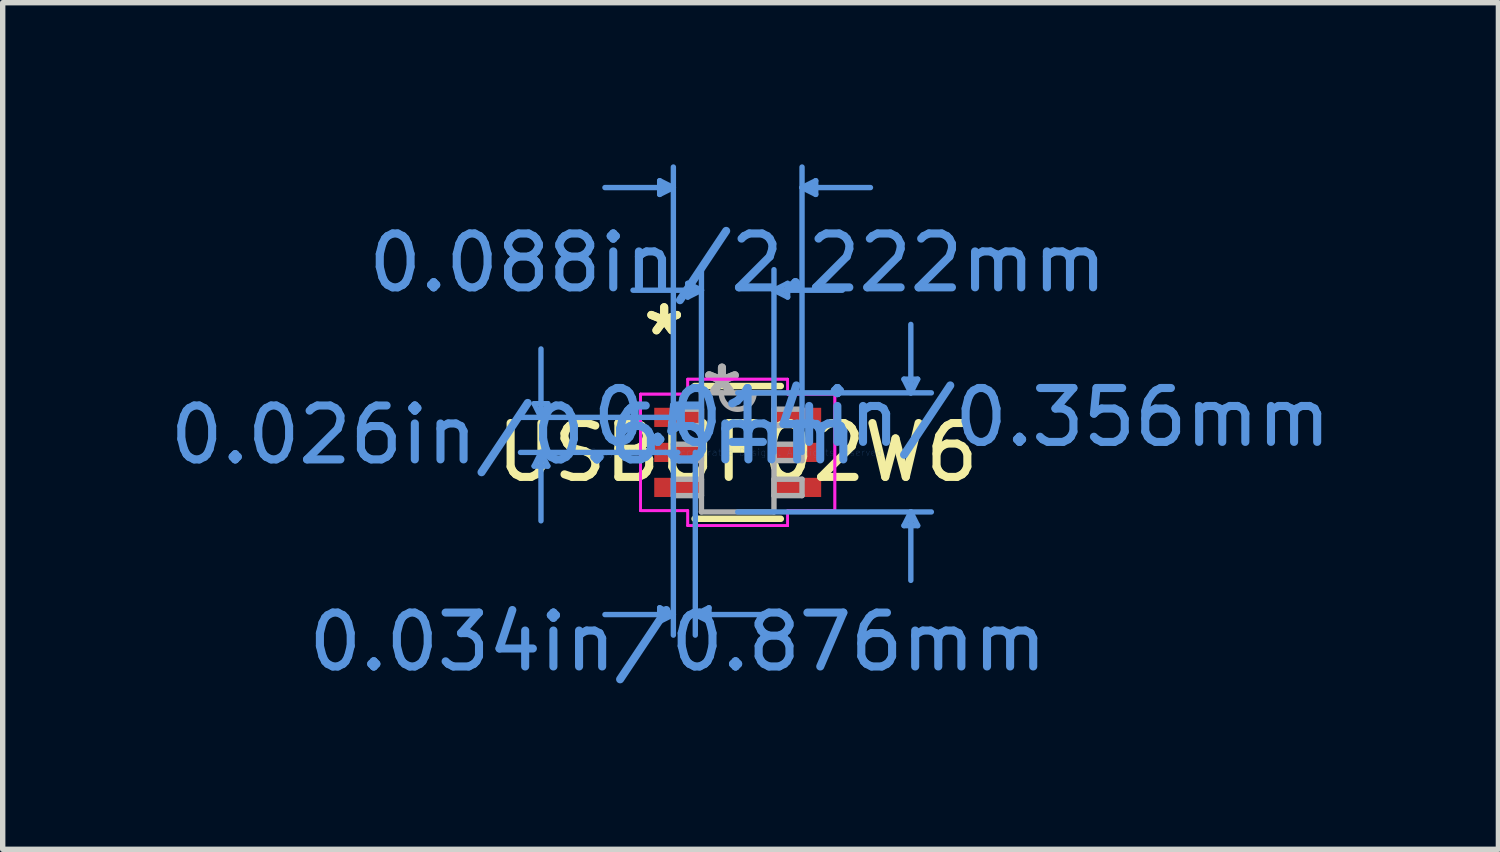
<source format=kicad_pcb>
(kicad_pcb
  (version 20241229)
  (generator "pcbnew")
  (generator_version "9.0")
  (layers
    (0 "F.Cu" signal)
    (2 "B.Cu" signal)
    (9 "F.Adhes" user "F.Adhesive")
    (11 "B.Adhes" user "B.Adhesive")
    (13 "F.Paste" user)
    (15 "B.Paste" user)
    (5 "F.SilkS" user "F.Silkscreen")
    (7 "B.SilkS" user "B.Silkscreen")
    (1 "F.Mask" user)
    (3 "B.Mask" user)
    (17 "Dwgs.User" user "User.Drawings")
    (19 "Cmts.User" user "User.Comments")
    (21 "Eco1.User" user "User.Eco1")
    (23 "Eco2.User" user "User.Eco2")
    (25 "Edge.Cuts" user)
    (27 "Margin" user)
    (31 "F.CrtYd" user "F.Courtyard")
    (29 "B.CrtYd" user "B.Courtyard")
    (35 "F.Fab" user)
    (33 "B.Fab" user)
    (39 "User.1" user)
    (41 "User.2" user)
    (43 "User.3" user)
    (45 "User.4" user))
  (footprint "USBUF02W6"
    (layer "F.Cu")
    (at 10.641 5.346)
    (property "Reference" "USBUF02W6" (at 0 0 0) (layer "F.SilkS") (effects (font (size 1 1) (thickness 0.15))))
    (attr through_hole)
    (fp_line (start -0.8 1.232) (end 0.8 1.232) (stroke (width 0.12) (type solid)) (layer "F.SilkS"))
    (fp_line (start 0.8 -1.232) (end -0.8 -1.232) (stroke (width 0.12) (type solid)) (layer "F.SilkS"))
    (fp_line (start -3.778 -0.904) (end -3.524 -0.904) (stroke (width 0.1) (type solid)) (layer "Cmts.User"))
    (fp_line (start -3.778 0.254) (end -3.524 0.254) (stroke (width 0.1) (type solid)) (layer "Cmts.User"))
    (fp_line (start -3.651 -0.65) (end -3.778 -0.904) (stroke (width 0.1) (type solid)) (layer "Cmts.User"))
    (fp_line (start -3.651 -0.65) (end -3.651 -1.92) (stroke (width 0.1) (type solid)) (layer "Cmts.User"))
    (fp_line (start -3.651 -0.65) (end -3.524 -0.904) (stroke (width 0.1) (type solid)) (layer "Cmts.User"))
    (fp_line (start -3.651 0) (end -3.778 0.254) (stroke (width 0.1) (type solid)) (layer "Cmts.User"))
    (fp_line (start -3.651 0) (end -3.651 1.27) (stroke (width 0.1) (type solid)) (layer "Cmts.User"))
    (fp_line (start -3.651 0) (end -3.524 0.254) (stroke (width 0.1) (type solid)) (layer "Cmts.User"))
    (fp_line (start -1.448 -5.042) (end -1.448 -4.788) (stroke (width 0.1) (type solid)) (layer "Cmts.User"))
    (fp_line (start -1.448 2.883) (end -1.448 3.137) (stroke (width 0.1) (type solid)) (layer "Cmts.User"))
    (fp_line (start -1.194 -4.915) (end -2.464 -4.915) (stroke (width 0.1) (type solid)) (layer "Cmts.User"))
    (fp_line (start -1.194 -4.915) (end -1.448 -5.042) (stroke (width 0.1) (type solid)) (layer "Cmts.User"))
    (fp_line (start -1.194 -4.915) (end -1.448 -4.788) (stroke (width 0.1) (type solid)) (layer "Cmts.User"))
    (fp_line (start -1.194 0) (end -1.194 -5.296) (stroke (width 0.1) (type solid)) (layer "Cmts.User"))
    (fp_line (start -1.194 0) (end -1.194 3.391) (stroke (width 0.1) (type solid)) (layer "Cmts.User"))
    (fp_line (start -1.194 3.01) (end -2.464 3.01) (stroke (width 0.1) (type solid)) (layer "Cmts.User"))
    (fp_line (start -1.194 3.01) (end -1.448 2.883) (stroke (width 0.1) (type solid)) (layer "Cmts.User"))
    (fp_line (start -1.194 3.01) (end -1.448 3.137) (stroke (width 0.1) (type solid)) (layer "Cmts.User"))
    (fp_line (start -1.111 -0.65) (end -4.032 -0.65) (stroke (width 0.1) (type solid)) (layer "Cmts.User"))
    (fp_line (start -1.111 0) (end -4.032 0) (stroke (width 0.1) (type solid)) (layer "Cmts.User"))
    (fp_line (start -0.927 -3.137) (end -0.927 -2.883) (stroke (width 0.1) (type solid)) (layer "Cmts.User"))
    (fp_line (start -0.787 0) (end -0.787 3.391) (stroke (width 0.1) (type solid)) (layer "Cmts.User"))
    (fp_line (start -0.787 3.01) (end -0.533 2.883) (stroke (width 0.1) (type solid)) (layer "Cmts.User"))
    (fp_line (start -0.787 3.01) (end -0.533 3.137) (stroke (width 0.1) (type solid)) (layer "Cmts.User"))
    (fp_line (start -0.787 3.01) (end 0.483 3.01) (stroke (width 0.1) (type solid)) (layer "Cmts.User"))
    (fp_line (start -0.673 -3.01) (end -1.943 -3.01) (stroke (width 0.1) (type solid)) (layer "Cmts.User"))
    (fp_line (start -0.673 -3.01) (end -0.927 -3.137) (stroke (width 0.1) (type solid)) (layer "Cmts.User"))
    (fp_line (start -0.673 -3.01) (end -0.927 -2.883) (stroke (width 0.1) (type solid)) (layer "Cmts.User"))
    (fp_line (start -0.673 0) (end -0.673 -3.391) (stroke (width 0.1) (type solid)) (layer "Cmts.User"))
    (fp_line (start -0.533 2.883) (end -0.533 3.137) (stroke (width 0.1) (type solid)) (layer "Cmts.User"))
    (fp_line (start 0 -1.105) (end 3.594 -1.105) (stroke (width 0.1) (type solid)) (layer "Cmts.User"))
    (fp_line (start 0 1.105) (end 3.594 1.105) (stroke (width 0.1) (type solid)) (layer "Cmts.User"))
    (fp_line (start 0.673 -3.01) (end 0.927 -3.137) (stroke (width 0.1) (type solid)) (layer "Cmts.User"))
    (fp_line (start 0.673 -3.01) (end 0.927 -2.883) (stroke (width 0.1) (type solid)) (layer "Cmts.User"))
    (fp_line (start 0.673 -3.01) (end 1.943 -3.01) (stroke (width 0.1) (type solid)) (layer "Cmts.User"))
    (fp_line (start 0.673 0) (end 0.673 -3.391) (stroke (width 0.1) (type solid)) (layer "Cmts.User"))
    (fp_line (start 0.927 -3.137) (end 0.927 -2.883) (stroke (width 0.1) (type solid)) (layer "Cmts.User"))
    (fp_line (start 1.194 -4.915) (end 1.448 -5.042) (stroke (width 0.1) (type solid)) (layer "Cmts.User"))
    (fp_line (start 1.194 -4.915) (end 1.448 -4.788) (stroke (width 0.1) (type solid)) (layer "Cmts.User"))
    (fp_line (start 1.194 -4.915) (end 2.464 -4.915) (stroke (width 0.1) (type solid)) (layer "Cmts.User"))
    (fp_line (start 1.194 0) (end 1.194 -5.296) (stroke (width 0.1) (type solid)) (layer "Cmts.User"))
    (fp_line (start 1.448 -5.042) (end 1.448 -4.788) (stroke (width 0.1) (type solid)) (layer "Cmts.User"))
    (fp_line (start 3.086 -1.359) (end 3.34 -1.359) (stroke (width 0.1) (type solid)) (layer "Cmts.User"))
    (fp_line (start 3.086 1.359) (end 3.34 1.359) (stroke (width 0.1) (type solid)) (layer "Cmts.User"))
    (fp_line (start 3.213 -1.105) (end 3.086 -1.359) (stroke (width 0.1) (type solid)) (layer "Cmts.User"))
    (fp_line (start 3.213 -1.105) (end 3.213 -2.375) (stroke (width 0.1) (type solid)) (layer "Cmts.User"))
    (fp_line (start 3.213 -1.105) (end 3.34 -1.359) (stroke (width 0.1) (type solid)) (layer "Cmts.User"))
    (fp_line (start 3.213 1.105) (end 3.086 1.359) (stroke (width 0.1) (type solid)) (layer "Cmts.User"))
    (fp_line (start 3.213 1.105) (end 3.213 2.375) (stroke (width 0.1) (type solid)) (layer "Cmts.User"))
    (fp_line (start 3.213 1.105) (end 3.34 1.359) (stroke (width 0.1) (type solid)) (layer "Cmts.User"))
    (fp_line (start -1.803 -1.082) (end -0.927 -1.082) (stroke (width 0.05) (type solid)) (layer "F.CrtYd"))
    (fp_line (start -1.803 -1.082) (end -0.927 -1.082) (stroke (width 0.05) (type solid)) (layer "F.CrtYd"))
    (fp_line (start -1.803 1.082) (end -1.803 -1.082) (stroke (width 0.05) (type solid)) (layer "F.CrtYd"))
    (fp_line (start -1.803 1.082) (end -1.803 -1.082) (stroke (width 0.05) (type solid)) (layer "F.CrtYd"))
    (fp_line (start -1.803 1.082) (end -0.927 1.082) (stroke (width 0.05) (type solid)) (layer "F.CrtYd"))
    (fp_line (start -0.927 -1.359) (end 0.927 -1.359) (stroke (width 0.05) (type solid)) (layer "F.CrtYd"))
    (fp_line (start -0.927 -1.359) (end 0.927 -1.359) (stroke (width 0.05) (type solid)) (layer "F.CrtYd"))
    (fp_line (start -0.927 -1.082) (end -0.927 -1.359) (stroke (width 0.05) (type solid)) (layer "F.CrtYd"))
    (fp_line (start -0.927 -1.082) (end -0.927 -1.359) (stroke (width 0.05) (type solid)) (layer "F.CrtYd"))
    (fp_line (start -0.927 1.082) (end -1.803 1.082) (stroke (width 0.05) (type solid)) (layer "F.CrtYd"))
    (fp_line (start -0.927 1.359) (end -0.927 1.082) (stroke (width 0.05) (type solid)) (layer "F.CrtYd"))
    (fp_line (start -0.927 1.359) (end -0.927 1.082) (stroke (width 0.05) (type solid)) (layer "F.CrtYd"))
    (fp_line (start 0.927 -1.359) (end 0.927 -1.082) (stroke (width 0.05) (type solid)) (layer "F.CrtYd"))
    (fp_line (start 0.927 -1.359) (end 0.927 -1.082) (stroke (width 0.05) (type solid)) (layer "F.CrtYd"))
    (fp_line (start 0.927 -1.082) (end 1.803 -1.082) (stroke (width 0.05) (type solid)) (layer "F.CrtYd"))
    (fp_line (start 0.927 1.082) (end 0.927 1.359) (stroke (width 0.05) (type solid)) (layer "F.CrtYd"))
    (fp_line (start 0.927 1.082) (end 0.927 1.359) (stroke (width 0.05) (type solid)) (layer "F.CrtYd"))
    (fp_line (start 0.927 1.359) (end -0.927 1.359) (stroke (width 0.05) (type solid)) (layer "F.CrtYd"))
    (fp_line (start 0.927 1.359) (end -0.927 1.359) (stroke (width 0.05) (type solid)) (layer "F.CrtYd"))
    (fp_line (start 1.803 -1.082) (end 0.927 -1.082) (stroke (width 0.05) (type solid)) (layer "F.CrtYd"))
    (fp_line (start 1.803 -1.082) (end 1.803 1.082) (stroke (width 0.05) (type solid)) (layer "F.CrtYd"))
    (fp_line (start 1.803 -1.082) (end 1.803 1.082) (stroke (width 0.05) (type solid)) (layer "F.CrtYd"))
    (fp_line (start 1.803 1.082) (end 0.927 1.082) (stroke (width 0.05) (type solid)) (layer "F.CrtYd"))
    (fp_line (start 1.803 1.082) (end 0.927 1.082) (stroke (width 0.05) (type solid)) (layer "F.CrtYd"))
    (fp_line (start -1.194 -0.802) (end -1.194 -0.498) (stroke (width 0.1) (type solid)) (layer "F.Fab"))
    (fp_line (start -1.194 -0.498) (end -0.673 -0.498) (stroke (width 0.1) (type solid)) (layer "F.Fab"))
    (fp_line (start -1.194 -0.152) (end -1.194 0.152) (stroke (width 0.1) (type solid)) (layer "F.Fab"))
    (fp_line (start -1.194 0.152) (end -0.673 0.152) (stroke (width 0.1) (type solid)) (layer "F.Fab"))
    (fp_line (start -1.194 0.498) (end -1.194 0.802) (stroke (width 0.1) (type solid)) (layer "F.Fab"))
    (fp_line (start -1.194 0.802) (end -0.673 0.802) (stroke (width 0.1) (type solid)) (layer "F.Fab"))
    (fp_line (start -0.673 -1.105) (end -0.673 1.105) (stroke (width 0.1) (type solid)) (layer "F.Fab"))
    (fp_line (start -0.673 -0.802) (end -1.194 -0.802) (stroke (width 0.1) (type solid)) (layer "F.Fab"))
    (fp_line (start -0.673 -0.498) (end -0.673 -0.802) (stroke (width 0.1) (type solid)) (layer "F.Fab"))
    (fp_line (start -0.673 -0.152) (end -1.194 -0.152) (stroke (width 0.1) (type solid)) (layer "F.Fab"))
    (fp_line (start -0.673 0.152) (end -0.673 -0.152) (stroke (width 0.1) (type solid)) (layer "F.Fab"))
    (fp_line (start -0.673 0.498) (end -1.194 0.498) (stroke (width 0.1) (type solid)) (layer "F.Fab"))
    (fp_line (start -0.673 0.802) (end -0.673 0.498) (stroke (width 0.1) (type solid)) (layer "F.Fab"))
    (fp_line (start -0.673 1.105) (end 0.673 1.105) (stroke (width 0.1) (type solid)) (layer "F.Fab"))
    (fp_line (start 0.673 -1.105) (end -0.673 -1.105) (stroke (width 0.1) (type solid)) (layer "F.Fab"))
    (fp_line (start 0.673 -0.802) (end 0.673 -0.498) (stroke (width 0.1) (type solid)) (layer "F.Fab"))
    (fp_line (start 0.673 -0.498) (end 1.194 -0.498) (stroke (width 0.1) (type solid)) (layer "F.Fab"))
    (fp_line (start 0.673 -0.152) (end 0.673 0.152) (stroke (width 0.1) (type solid)) (layer "F.Fab"))
    (fp_line (start 0.673 0.152) (end 1.194 0.152) (stroke (width 0.1) (type solid)) (layer "F.Fab"))
    (fp_line (start 0.673 0.498) (end 0.673 0.802) (stroke (width 0.1) (type solid)) (layer "F.Fab"))
    (fp_line (start 0.673 0.802) (end 1.194 0.802) (stroke (width 0.1) (type solid)) (layer "F.Fab"))
    (fp_line (start 0.673 1.105) (end 0.673 -1.105) (stroke (width 0.1) (type solid)) (layer "F.Fab"))
    (fp_line (start 1.194 -0.802) (end 0.673 -0.802) (stroke (width 0.1) (type solid)) (layer "F.Fab"))
    (fp_line (start 1.194 -0.498) (end 1.194 -0.802) (stroke (width 0.1) (type solid)) (layer "F.Fab"))
    (fp_line (start 1.194 -0.152) (end 0.673 -0.152) (stroke (width 0.1) (type solid)) (layer "F.Fab"))
    (fp_line (start 1.194 0.152) (end 1.194 -0.152) (stroke (width 0.1) (type solid)) (layer "F.Fab"))
    (fp_line (start 1.194 0.498) (end 0.673 0.498) (stroke (width 0.1) (type solid)) (layer "F.Fab"))
    (fp_line (start 1.194 0.802) (end 1.194 0.498) (stroke (width 0.1) (type solid)) (layer "F.Fab"))
    (fp_arc (start 0.3048 -1.1049) (mid 0 -0.8001) (end -0.3048 -1.1049) (stroke (width 0.1) (type solid)) (layer "F.Fab"))
    (fp_text user "*" (at -1.365 -2.149 0) (layer "F.SilkS") (effects (font (size 1 1) (thickness 0.15))))
    (fp_text user "*" (at -1.365 -2.149 0) (layer "F.SilkS") (effects (font (size 1 1) (thickness 0.15))))
    (fp_text user "0.026in/0.65mm" (at -4.159 -0.325 0) (layer "Cmts.User") (effects (font (size 1 1) (thickness 0.15))))
    (fp_text user "0.014in/0.356mm" (at 4.159 -0.65 0) (layer "Cmts.User") (effects (font (size 1 1) (thickness 0.15))))
    (fp_text user "Copyright 2021 Accelerated Designs. All rights reserved." (at 0 0 0) (layer "Cmts.User") (effects (font (size 0.127 0.127) (thickness 0.002))))
    (fp_text user "0.088in/2.222mm" (at 0 -3.518 0) (layer "Cmts.User") (effects (font (size 1 1) (thickness 0.15))))
    (fp_text user "0.034in/0.876mm" (at -1.111 3.518 0) (layer "Cmts.User") (effects (font (size 1 1) (thickness 0.15))))
    (fp_text user "*" (at -0.292 -1.029 0) (layer "F.Fab") (effects (font (size 1 1) (thickness 0.15))))
    (fp_text user "*" (at -0.292 -1.029 0) (layer "F.Fab") (effects (font (size 1 1) (thickness 0.15))))
    (pad "1" smd rect (at -1.111 -0.65) (size 0.876 0.356) (layers "F.Cu" "F.Mask" "F.Paste"))
    (pad "2" smd rect (at -1.111 0) (size 0.876 0.356) (layers "F.Cu" "F.Mask" "F.Paste"))
    (pad "3" smd rect (at -1.111 0.65) (size 0.876 0.356) (layers "F.Cu" "F.Mask" "F.Paste"))
    (pad "4" smd rect (at 1.111 0.65) (size 0.876 0.356) (layers "F.Cu" "F.Mask" "F.Paste"))
    (pad "5" smd rect (at 1.111 0) (size 0.876 0.356) (layers "F.Cu" "F.Mask" "F.Paste"))
    (pad "6" smd rect (at 1.111 -0.65) (size 0.876 0.356) (layers "F.Cu" "F.Mask" "F.Paste")))
  (gr_rect
    (start -3 -3)
    (end 24.759 12.712)
    (stroke (width 0.1) (type default))
    (fill no)
    (layer "Edge.Cuts")))
</source>
